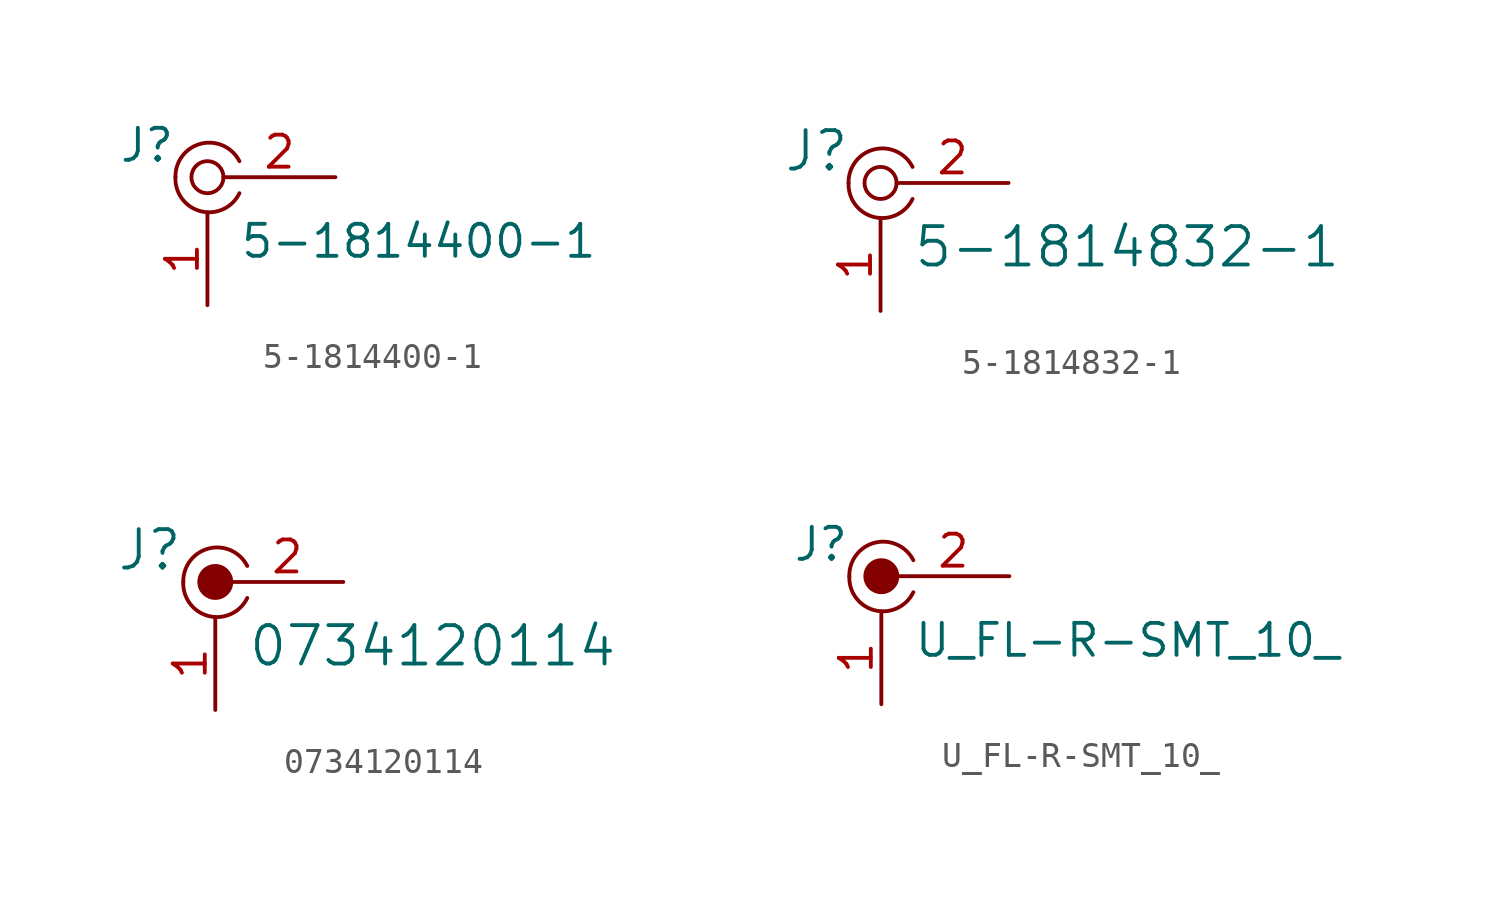
<source format=kicad_sym>
(kicad_symbol_lib
  (version 20201005)
  (generator kicad_symbol_editor)
  (symbol "5-1814400-1"
    (pin_names
      (offset 1.016))
    (property "Reference" "J"
      (at -1.27 1.27 0)
      (effects (font (size 1.27 1.27)) (justify right)))
    (property "Value" "5-1814400-1"
      (at 1.27 -2.54 0)
      (effects (font (size 1.27 1.27)) (justify left)))
    (symbol "5-1814400-1_1_1"
      (arc (start -1.27 0) (end 1.27 -0.635) (radius (at 0.0508 -0.0254) (length 1.3208) (angles 178.9 -26.6)) (stroke (width 0)) (fill (type none)))
      (arc (start 1.27 0.635) (end -1.27 0) (radius (at 0.0762 0.0254) (length 1.3462) (angles 27.1 -178.9)) (stroke (width 0)) (fill (type none)))
      (circle (center 0 0) (radius 0.635) (stroke (width 0)) (fill (type none)))
      (pin passive line (at 0 -5.08 90) (length 3.683) (name "~" (effects (font (size 1.27 1.27)))) (number "1" (effects (font (size 1.27 1.27)))))
      (pin passive line (at 5.08 0 180) (length 4.445) (name "~" (effects (font (size 1.27 1.27)))) (number "2" (effects (font (size 1.27 1.27)))))))
  (symbol "5-1814832-1"
    (pin_names
      (offset 1.016))
    (property "Reference" "J"
      (at -2.54 1.27 0)
      (effects (font (size 1.524 1.524))))
    (property "Value" "5-1814832-1"
      (at 1.27 -2.54 0)
      (effects (font (size 1.524 1.524)) (justify left)))
    (symbol "5-1814832-1_0_1"
      (arc (start -1.27 0) (end 1.27 -0.635) (radius (at 0.0508 -0.0254) (length 1.3208) (angles 178.9 -26.6)) (stroke (width 0)) (fill (type none)))
      (arc (start 1.27 0.635) (end -1.27 0) (radius (at 0.0762 0.0254) (length 1.3462) (angles 27.1 -178.9)) (stroke (width 0)) (fill (type none)))
      (circle (center 0 0) (radius 0.635) (stroke (width 0)) (fill (type none))))
    (symbol "5-1814832-1_1_1"
      (pin passive line (at 0 -5.08 90) (length 3.683) (name "~" (effects (font (size 1.27 1.27)))) (number "1" (effects (font (size 1.27 1.27)))))
      (pin passive line (at 5.08 0 180) (length 4.445) (name "~" (effects (font (size 1.27 1.27)))) (number "2" (effects (font (size 1.27 1.27)))))))
  (symbol "0734120114"
    (pin_names
      (offset 1.016))
    (property "Reference" "J"
      (at -1.27 1.27 0)
      (effects (font (size 1.524 1.524)) (justify right)))
    (property "Value" "0734120114"
      (at 1.27 -2.54 0)
      (effects (font (size 1.524 1.524)) (justify left)))
    (symbol "0734120114_0_1"
      (arc (start -1.27 0) (end 1.27 -0.635) (radius (at 0.0508 -0.0254) (length 1.3208) (angles 178.9 -26.6)) (stroke (width 0)) (fill (type none)))
      (arc (start 1.27 0.635) (end -1.27 0) (radius (at 0.0762 0.0254) (length 1.3462) (angles 27.1 -178.9)) (stroke (width 0)) (fill (type none)))
      (circle (center 0 0) (radius 0.635) (stroke (width 0)) (fill (type outline))))
    (symbol "0734120114_1_1"
      (pin passive line (at 0 -5.08 90) (length 3.683) (name "~" (effects (font (size 1.27 1.27)))) (number "1" (effects (font (size 1.27 1.27)))))
      (pin passive line (at 5.08 0 180) (length 4.445) (name "~" (effects (font (size 1.27 1.27)))) (number "2" (effects (font (size 1.27 1.27)))))))
  (symbol "U_FL-R-SMT_10_"
    (pin_names
      (offset 1.016))
    (property "Reference" "J"
      (at -1.27 1.27 0)
      (effects (font (size 1.27 1.27)) (justify right)))
    (property "Value" "U_FL-R-SMT_10_"
      (at 1.27 -2.54 0)
      (effects (font (size 1.27 1.27)) (justify left)))
    (symbol "U_FL-R-SMT_10__1_1"
      (arc (start -1.27 0) (end 1.27 -0.635) (radius (at 0.0508 -0.0254) (length 1.3208) (angles 178.9 -26.6)) (stroke (width 0)) (fill (type none)))
      (arc (start 1.27 0.635) (end -1.27 0) (radius (at 0.0762 0.0254) (length 1.3462) (angles 27.1 -178.9)) (stroke (width 0)) (fill (type none)))
      (circle (center 0 0) (radius 0.635) (stroke (width 0)) (fill (type outline)))
      (pin passive line (at 0 -5.08 90) (length 3.683) (name "~" (effects (font (size 1.27 1.27)))) (number "1" (effects (font (size 1.27 1.27)))))
      (pin passive line (at 5.08 0 180) (length 4.445) (name "~" (effects (font (size 1.27 1.27)))) (number "2" (effects (font (size 1.27 1.27))))))))
</source>
